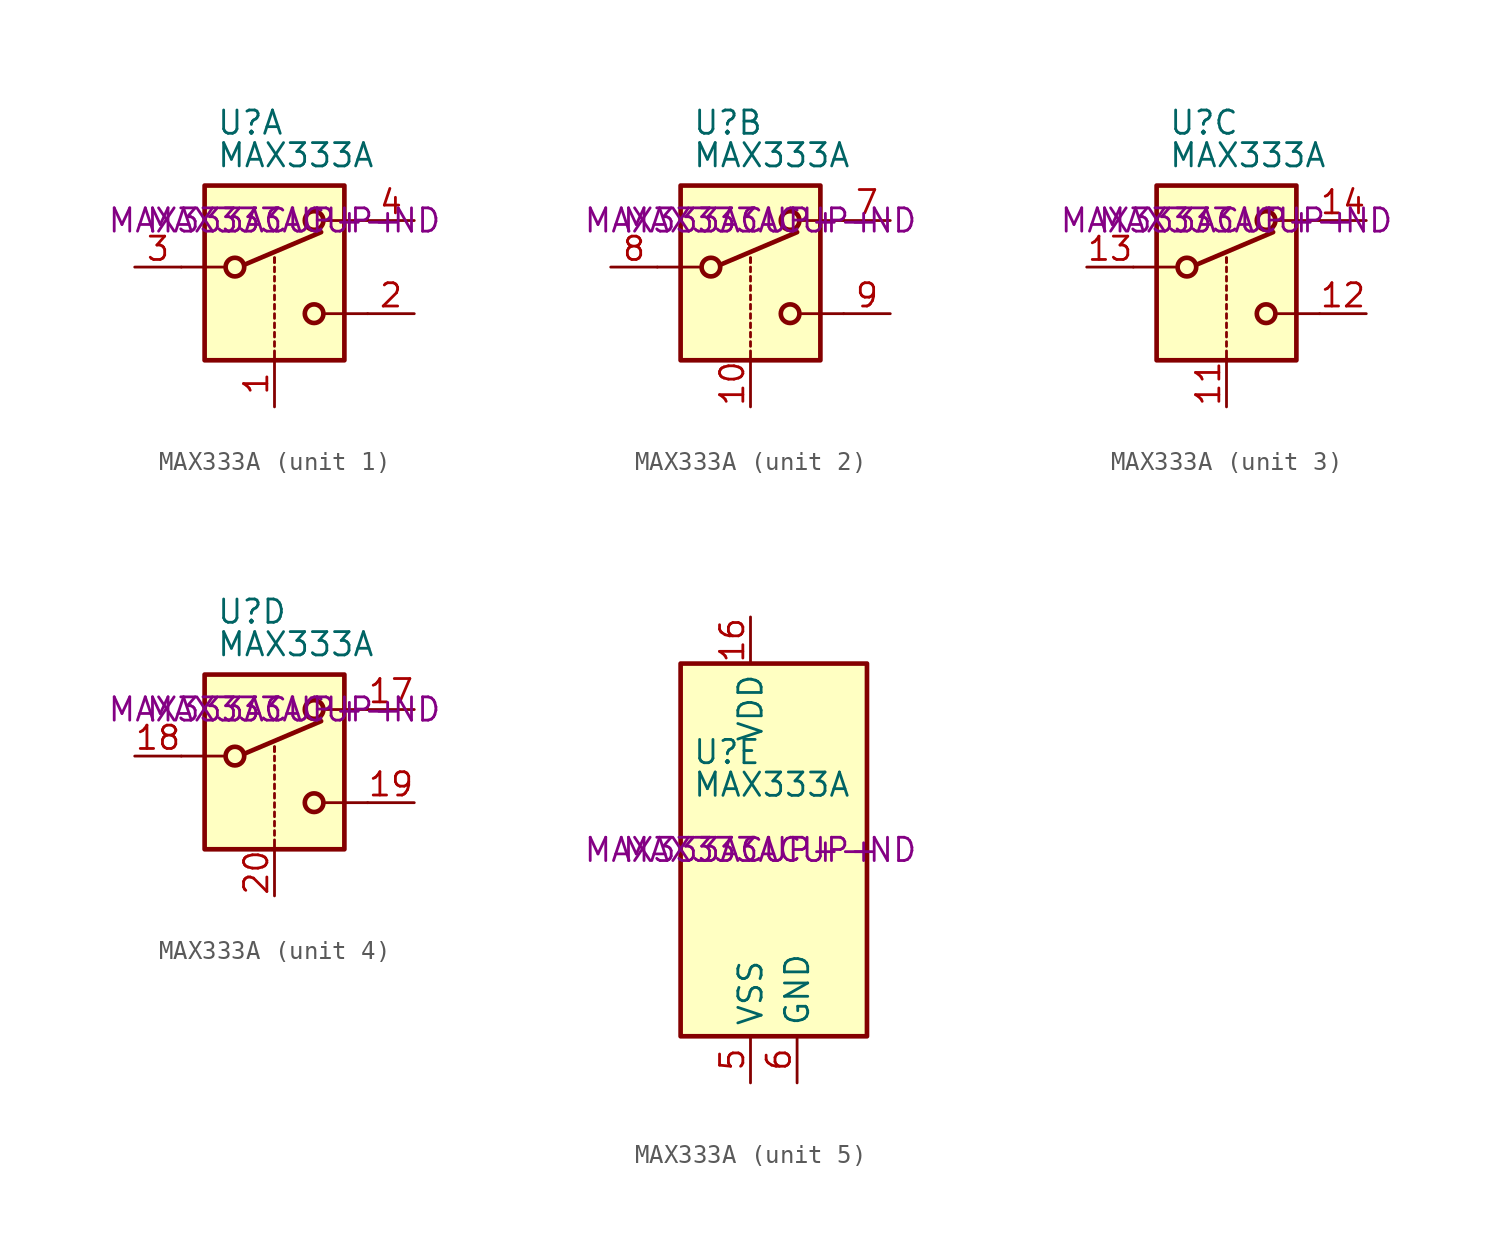
<source format=kicad_sym>
(kicad_symbol_lib
  (version 20220914)
  (generator kicad_symbol_editor)
  (symbol "MAX333A"
    (property "Reference" "U"
      (at -3.175 5.334 0)
      (effects (font (size 1.27 1.27)) (justify left)))
    (property "Value" "MAX333A"
      (at -3.175 3.556 0)
      (effects (font (size 1.27 1.27)) (justify left)))
    (property "Digikey" "MAX333ACUP+-ND"
      (at 0 0 0)
      (effects (font (size 1.27 1.27))))
    (property "Manufacturer" "MAX333ACUP+"
      (at 0 0 0)
      (effects (font (size 1.27 1.27))))
    (property "ki_locked" ""
      (at 0 0 0)
      (effects (font (size 1.27 1.27))))
    (symbol "MAX333A_1_1"
      (rectangle (start -3.81 1.905) (end 3.81 -7.62) (stroke (width 0.254) (type default)) (fill (type background)))
      (circle (center -2.159 -2.54) (radius 0.508) (stroke (width 0.254) (type default)) (fill (type none)))
      (polyline (pts (xy -5.08 -2.54) (xy -2.794 -2.54)) (stroke (width 0) (type default)) (fill (type none)))
      (polyline (pts (xy -1.651 -2.413) (xy 2.54 -0.635)) (stroke (width 0.254) (type default)) (fill (type none)))
      (polyline (pts (xy 0 -7.62) (xy 0 -7.112)) (stroke (width 0) (type default)) (fill (type none)))
      (polyline (pts (xy 0 -6.858) (xy 0 -6.604)) (stroke (width 0) (type default)) (fill (type none)))
      (polyline (pts (xy 0 -6.35) (xy 0 -6.096)) (stroke (width 0) (type default)) (fill (type none)))
      (polyline (pts (xy 0 -5.842) (xy 0 -5.588)) (stroke (width 0) (type default)) (fill (type none)))
      (polyline (pts (xy 0 -5.334) (xy 0 -5.08)) (stroke (width 0) (type default)) (fill (type none)))
      (polyline (pts (xy 0 -4.826) (xy 0 -4.572)) (stroke (width 0) (type default)) (fill (type none)))
      (polyline (pts (xy 0 -4.318) (xy 0 -4.064)) (stroke (width 0) (type default)) (fill (type none)))
      (polyline (pts (xy 0 -3.81) (xy 0 -3.556)) (stroke (width 0) (type default)) (fill (type none)))
      (polyline (pts (xy 0 -3.302) (xy 0 -3.048)) (stroke (width 0) (type default)) (fill (type none)))
      (polyline (pts (xy 0 -2.794) (xy 0 -2.54)) (stroke (width 0) (type default)) (fill (type none)))
      (polyline (pts (xy 0 -2.286) (xy 0 -2.032)) (stroke (width 0) (type default)) (fill (type none)))
      (polyline (pts (xy 0 -2.286) (xy 0 -2.032)) (stroke (width 0) (type default)) (fill (type none)))
      (polyline (pts (xy 5.08 -5.08) (xy 2.794 -5.08)) (stroke (width 0) (type default)) (fill (type none)))
      (polyline (pts (xy 5.08 0) (xy 2.794 0)) (stroke (width 0) (type default)) (fill (type none)))
      (circle (center 2.159 -5.08) (radius 0.508) (stroke (width 0.254) (type default)) (fill (type none)))
      (circle (center 2.159 0) (radius 0.508) (stroke (width 0.254) (type default)) (fill (type none)))
      (pin input line (at 0 -10.16 90) (length 2.54) (name "~" (effects (font (size 1.27 1.27)))) (number "1" (effects (font (size 1.27 1.27)))))
      (pin passive line (at 7.62 -5.08 180) (length 2.54) (name "~" (effects (font (size 1.27 1.27)))) (number "2" (effects (font (size 1.27 1.27)))))
      (pin passive line (at -7.62 -2.54 0) (length 2.54) (name "~" (effects (font (size 1.27 1.27)))) (number "3" (effects (font (size 1.27 1.27)))))
      (pin passive line (at 7.62 0 180) (length 2.54) (name "~" (effects (font (size 1.27 1.27)))) (number "4" (effects (font (size 1.27 1.27))))))
    (symbol "MAX333A_2_1"
      (rectangle (start -3.81 1.905) (end 3.81 -7.62) (stroke (width 0.254) (type default)) (fill (type background)))
      (circle (center -2.159 -2.54) (radius 0.508) (stroke (width 0.254) (type default)) (fill (type none)))
      (polyline (pts (xy -5.08 -2.54) (xy -2.794 -2.54)) (stroke (width 0) (type default)) (fill (type none)))
      (polyline (pts (xy -1.651 -2.413) (xy 2.54 -0.635)) (stroke (width 0.254) (type default)) (fill (type none)))
      (polyline (pts (xy 0 -7.62) (xy 0 -7.112)) (stroke (width 0) (type default)) (fill (type none)))
      (polyline (pts (xy 0 -6.858) (xy 0 -6.604)) (stroke (width 0) (type default)) (fill (type none)))
      (polyline (pts (xy 0 -6.35) (xy 0 -6.096)) (stroke (width 0) (type default)) (fill (type none)))
      (polyline (pts (xy 0 -5.842) (xy 0 -5.588)) (stroke (width 0) (type default)) (fill (type none)))
      (polyline (pts (xy 0 -5.334) (xy 0 -5.08)) (stroke (width 0) (type default)) (fill (type none)))
      (polyline (pts (xy 0 -4.826) (xy 0 -4.572)) (stroke (width 0) (type default)) (fill (type none)))
      (polyline (pts (xy 0 -4.318) (xy 0 -4.064)) (stroke (width 0) (type default)) (fill (type none)))
      (polyline (pts (xy 0 -3.81) (xy 0 -3.556)) (stroke (width 0) (type default)) (fill (type none)))
      (polyline (pts (xy 0 -3.302) (xy 0 -3.048)) (stroke (width 0) (type default)) (fill (type none)))
      (polyline (pts (xy 0 -2.794) (xy 0 -2.54)) (stroke (width 0) (type default)) (fill (type none)))
      (polyline (pts (xy 0 -2.286) (xy 0 -2.032)) (stroke (width 0) (type default)) (fill (type none)))
      (polyline (pts (xy 0 -2.286) (xy 0 -2.032)) (stroke (width 0) (type default)) (fill (type none)))
      (polyline (pts (xy 5.08 -5.08) (xy 2.794 -5.08)) (stroke (width 0) (type default)) (fill (type none)))
      (polyline (pts (xy 5.08 0) (xy 2.794 0)) (stroke (width 0) (type default)) (fill (type none)))
      (circle (center 2.159 -5.08) (radius 0.508) (stroke (width 0.254) (type default)) (fill (type none)))
      (circle (center 2.159 0) (radius 0.508) (stroke (width 0.254) (type default)) (fill (type none)))
      (pin input line (at 0 -10.16 90) (length 2.54) (name "~" (effects (font (size 1.27 1.27)))) (number "10" (effects (font (size 1.27 1.27)))))
      (pin passive line (at 7.62 0 180) (length 2.54) (name "~" (effects (font (size 1.27 1.27)))) (number "7" (effects (font (size 1.27 1.27)))))
      (pin passive line (at -7.62 -2.54 0) (length 2.54) (name "~" (effects (font (size 1.27 1.27)))) (number "8" (effects (font (size 1.27 1.27)))))
      (pin passive line (at 7.62 -5.08 180) (length 2.54) (name "~" (effects (font (size 1.27 1.27)))) (number "9" (effects (font (size 1.27 1.27))))))
    (symbol "MAX333A_3_1"
      (rectangle (start -3.81 1.905) (end 3.81 -7.62) (stroke (width 0.254) (type default)) (fill (type background)))
      (circle (center -2.159 -2.54) (radius 0.508) (stroke (width 0.254) (type default)) (fill (type none)))
      (polyline (pts (xy -5.08 -2.54) (xy -2.794 -2.54)) (stroke (width 0) (type default)) (fill (type none)))
      (polyline (pts (xy -1.651 -2.413) (xy 2.54 -0.635)) (stroke (width 0.254) (type default)) (fill (type none)))
      (polyline (pts (xy 0 -7.62) (xy 0 -7.112)) (stroke (width 0) (type default)) (fill (type none)))
      (polyline (pts (xy 0 -6.858) (xy 0 -6.604)) (stroke (width 0) (type default)) (fill (type none)))
      (polyline (pts (xy 0 -6.35) (xy 0 -6.096)) (stroke (width 0) (type default)) (fill (type none)))
      (polyline (pts (xy 0 -5.842) (xy 0 -5.588)) (stroke (width 0) (type default)) (fill (type none)))
      (polyline (pts (xy 0 -5.334) (xy 0 -5.08)) (stroke (width 0) (type default)) (fill (type none)))
      (polyline (pts (xy 0 -4.826) (xy 0 -4.572)) (stroke (width 0) (type default)) (fill (type none)))
      (polyline (pts (xy 0 -4.318) (xy 0 -4.064)) (stroke (width 0) (type default)) (fill (type none)))
      (polyline (pts (xy 0 -3.81) (xy 0 -3.556)) (stroke (width 0) (type default)) (fill (type none)))
      (polyline (pts (xy 0 -3.302) (xy 0 -3.048)) (stroke (width 0) (type default)) (fill (type none)))
      (polyline (pts (xy 0 -2.794) (xy 0 -2.54)) (stroke (width 0) (type default)) (fill (type none)))
      (polyline (pts (xy 0 -2.286) (xy 0 -2.032)) (stroke (width 0) (type default)) (fill (type none)))
      (polyline (pts (xy 0 -2.286) (xy 0 -2.032)) (stroke (width 0) (type default)) (fill (type none)))
      (polyline (pts (xy 5.08 -5.08) (xy 2.794 -5.08)) (stroke (width 0) (type default)) (fill (type none)))
      (polyline (pts (xy 5.08 0) (xy 2.794 0)) (stroke (width 0) (type default)) (fill (type none)))
      (circle (center 2.159 -5.08) (radius 0.508) (stroke (width 0.254) (type default)) (fill (type none)))
      (circle (center 2.159 0) (radius 0.508) (stroke (width 0.254) (type default)) (fill (type none)))
      (pin input line (at 0 -10.16 90) (length 2.54) (name "~" (effects (font (size 1.27 1.27)))) (number "11" (effects (font (size 1.27 1.27)))))
      (pin passive line (at 7.62 -5.08 180) (length 2.54) (name "~" (effects (font (size 1.27 1.27)))) (number "12" (effects (font (size 1.27 1.27)))))
      (pin passive line (at -7.62 -2.54 0) (length 2.54) (name "~" (effects (font (size 1.27 1.27)))) (number "13" (effects (font (size 1.27 1.27)))))
      (pin passive line (at 7.62 0 180) (length 2.54) (name "~" (effects (font (size 1.27 1.27)))) (number "14" (effects (font (size 1.27 1.27))))))
    (symbol "MAX333A_4_1"
      (rectangle (start -3.81 1.905) (end 3.81 -7.62) (stroke (width 0.254) (type default)) (fill (type background)))
      (circle (center -2.159 -2.54) (radius 0.508) (stroke (width 0.254) (type default)) (fill (type none)))
      (polyline (pts (xy -5.08 -2.54) (xy -2.794 -2.54)) (stroke (width 0) (type default)) (fill (type none)))
      (polyline (pts (xy -1.651 -2.413) (xy 2.54 -0.635)) (stroke (width 0.254) (type default)) (fill (type none)))
      (polyline (pts (xy 0 -7.62) (xy 0 -7.112)) (stroke (width 0) (type default)) (fill (type none)))
      (polyline (pts (xy 0 -6.858) (xy 0 -6.604)) (stroke (width 0) (type default)) (fill (type none)))
      (polyline (pts (xy 0 -6.35) (xy 0 -6.096)) (stroke (width 0) (type default)) (fill (type none)))
      (polyline (pts (xy 0 -5.842) (xy 0 -5.588)) (stroke (width 0) (type default)) (fill (type none)))
      (polyline (pts (xy 0 -5.334) (xy 0 -5.08)) (stroke (width 0) (type default)) (fill (type none)))
      (polyline (pts (xy 0 -4.826) (xy 0 -4.572)) (stroke (width 0) (type default)) (fill (type none)))
      (polyline (pts (xy 0 -4.318) (xy 0 -4.064)) (stroke (width 0) (type default)) (fill (type none)))
      (polyline (pts (xy 0 -3.81) (xy 0 -3.556)) (stroke (width 0) (type default)) (fill (type none)))
      (polyline (pts (xy 0 -3.302) (xy 0 -3.048)) (stroke (width 0) (type default)) (fill (type none)))
      (polyline (pts (xy 0 -2.794) (xy 0 -2.54)) (stroke (width 0) (type default)) (fill (type none)))
      (polyline (pts (xy 0 -2.286) (xy 0 -2.032)) (stroke (width 0) (type default)) (fill (type none)))
      (polyline (pts (xy 0 -2.286) (xy 0 -2.032)) (stroke (width 0) (type default)) (fill (type none)))
      (polyline (pts (xy 5.08 -5.08) (xy 2.794 -5.08)) (stroke (width 0) (type default)) (fill (type none)))
      (polyline (pts (xy 5.08 0) (xy 2.794 0)) (stroke (width 0) (type default)) (fill (type none)))
      (circle (center 2.159 -5.08) (radius 0.508) (stroke (width 0.254) (type default)) (fill (type none)))
      (circle (center 2.159 0) (radius 0.508) (stroke (width 0.254) (type default)) (fill (type none)))
      (pin passive line (at 7.62 0 180) (length 2.54) (name "~" (effects (font (size 1.27 1.27)))) (number "17" (effects (font (size 1.27 1.27)))))
      (pin passive line (at -7.62 -2.54 0) (length 2.54) (name "~" (effects (font (size 1.27 1.27)))) (number "18" (effects (font (size 1.27 1.27)))))
      (pin passive line (at 7.62 -5.08 180) (length 2.54) (name "~" (effects (font (size 1.27 1.27)))) (number "19" (effects (font (size 1.27 1.27)))))
      (pin input line (at 0 -10.16 90) (length 2.54) (name "~" (effects (font (size 1.27 1.27)))) (number "20" (effects (font (size 1.27 1.27))))))
    (symbol "MAX333A_5_0"
      (pin no_connect line (at 2.54 10.16 270) (length 2.54) hide (name "NC" (effects (font (size 1.27 1.27)))) (number "15" (effects (font (size 1.27 1.27)))))
      (pin power_in line (at 0 12.7 270) (length 2.54) (name "VDD" (effects (font (size 1.27 1.27)))) (number "16" (effects (font (size 1.27 1.27)))))
      (pin power_in line (at 0 -12.7 90) (length 2.54) (name "VSS" (effects (font (size 1.27 1.27)))) (number "5" (effects (font (size 1.27 1.27)))))
      (pin power_in line (at 2.54 -12.7 90) (length 2.54) (name "GND" (effects (font (size 1.27 1.27)))) (number "6" (effects (font (size 1.27 1.27))))))
    (symbol "MAX333A_5_1"
      (rectangle (start -3.81 10.16) (end 6.35 -10.16) (stroke (width 0.254) (type default)) (fill (type background))))))
</source>
